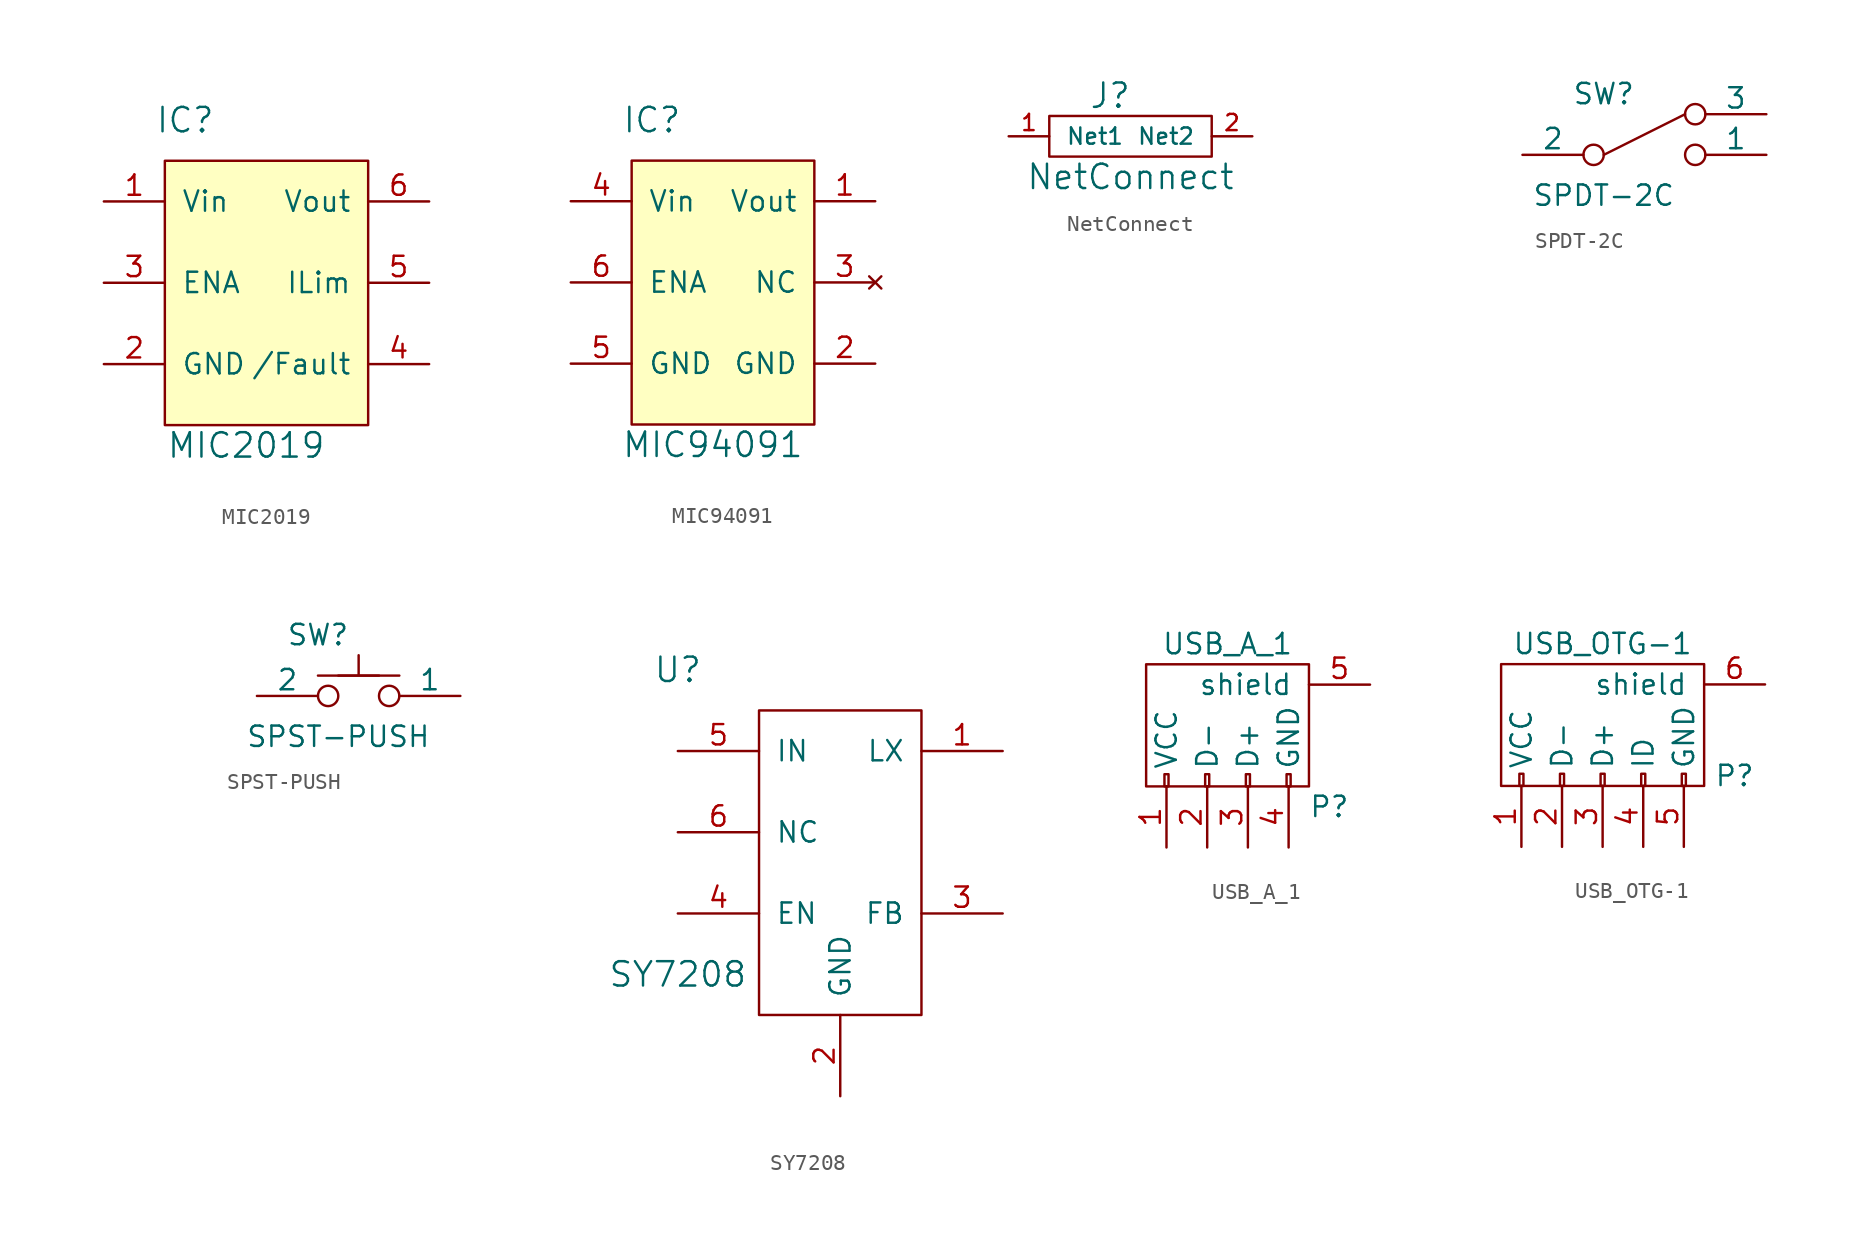
<source format=kicad_sym>
(kicad_symbol_lib
  (version 20201005)
  (generator kicad_symbol_editor)
  (symbol "MIC2019"
    (pin_names
      (offset 1.016))
    (property "Reference" "IC"
      (at -3.81 8.89 0)
      (effects (font (size 1.524 1.524))))
    (property "Value" "MIC2019"
      (at 0 -11.43 0)
      (effects (font (size 1.524 1.524))))
    (property "Footprint" ""
      (at 0 0 0)
      (effects (font (size 1.524 1.524))))
    (property "Datasheet" ""
      (at 0 0 0)
      (effects (font (size 1.524 1.524))))
    (symbol "MIC2019_0_1"
      (rectangle (start -5.08 6.35) (end 7.62 -10.16) (stroke (width 0)) (fill (type background))))
    (symbol "MIC2019_1_1"
      (pin input line (at -8.89 3.81 0) (length 3.81) (name "Vin" (effects (font (size 1.27 1.27)))) (number "1" (effects (font (size 1.27 1.27)))))
      (pin input line (at -8.89 -6.35 0) (length 3.81) (name "GND" (effects (font (size 1.27 1.27)))) (number "2" (effects (font (size 1.27 1.27)))))
      (pin input line (at -8.89 -1.27 0) (length 3.81) (name "ENA" (effects (font (size 1.27 1.27)))) (number "3" (effects (font (size 1.27 1.27)))))
      (pin output line (at 11.43 -6.35 180) (length 3.81) (name "/Fault" (effects (font (size 1.27 1.27)))) (number "4" (effects (font (size 1.27 1.27)))))
      (pin input line (at 11.43 -1.27 180) (length 3.81) (name "ILim" (effects (font (size 1.27 1.27)))) (number "5" (effects (font (size 1.27 1.27)))))
      (pin power_out line (at 11.43 3.81 180) (length 3.81) (name "Vout" (effects (font (size 1.27 1.27)))) (number "6" (effects (font (size 1.27 1.27)))))))
  (symbol "MIC94091"
    (pin_names
      (offset 1.016))
    (property "Reference" "IC"
      (at -3.81 8.89 0)
      (effects (font (size 1.524 1.524))))
    (property "Value" "MIC94091"
      (at 0 -11.43 0)
      (effects (font (size 1.524 1.524))))
    (property "Footprint" ""
      (at 0 0 0)
      (effects (font (size 1.524 1.524))))
    (property "Datasheet" ""
      (at 0 0 0)
      (effects (font (size 1.524 1.524))))
    (symbol "MIC94091_0_1"
      (rectangle (start -5.08 6.35) (end 6.35 -10.16) (stroke (width 0)) (fill (type background))))
    (symbol "MIC94091_1_1"
      (pin power_out line (at 10.16 3.81 180) (length 3.81) (name "Vout" (effects (font (size 1.27 1.27)))) (number "1" (effects (font (size 1.27 1.27)))))
      (pin input line (at 10.16 -6.35 180) (length 3.81) (name "GND" (effects (font (size 1.27 1.27)))) (number "2" (effects (font (size 1.27 1.27)))))
      (pin no_connect line (at 10.16 -1.27 180) (length 3.81) (name "NC" (effects (font (size 1.27 1.27)))) (number "3" (effects (font (size 1.27 1.27)))))
      (pin input line (at -8.89 3.81 0) (length 3.81) (name "Vin" (effects (font (size 1.27 1.27)))) (number "4" (effects (font (size 1.27 1.27)))))
      (pin input line (at -8.89 -6.35 0) (length 3.81) (name "GND" (effects (font (size 1.27 1.27)))) (number "5" (effects (font (size 1.27 1.27)))))
      (pin input line (at -8.89 -1.27 0) (length 3.81) (name "ENA" (effects (font (size 1.27 1.27)))) (number "6" (effects (font (size 1.27 1.27)))))))
  (symbol "NetConnect"
    (pin_names
      (offset 1.016))
    (property "Reference" "J"
      (at -1.27 2.54 0)
      (effects (font (size 1.524 1.524))))
    (property "Value" "NetConnect"
      (at 0 -2.54 0)
      (effects (font (size 1.524 1.524))))
    (symbol "NetConnect_0_1"
      (rectangle (start -5.08 1.27) (end 5.08 -1.27) (stroke (width 0)) (fill (type none))))
    (symbol "NetConnect_1_1"
      (pin input line (at -7.62 0 0) (length 2.54) (name "Net1" (effects (font (size 1.016 1.016)))) (number "1" (effects (font (size 1.016 1.016)))))
      (pin input line (at 7.62 0 180) (length 2.54) (name "Net2" (effects (font (size 1.016 1.016)))) (number "2" (effects (font (size 1.016 1.016)))))))
  (symbol "SPDT-2C"
    (pin_numbers hide)
    (pin_names
      (offset 0))
    (property "Reference" "SW"
      (at -2.54 3.81 0)
      (effects (font (size 1.27 1.27))))
    (property "Value" "SPDT-2C"
      (at -2.54 -2.54 0)
      (effects (font (size 1.27 1.27))))
    (property "Footprint" ""
      (at -15.875 4.445 0)
      (effects (font (size 1.27 1.27))))
    (property "Datasheet" ""
      (at -15.875 4.445 0)
      (effects (font (size 1.27 1.27))))
    (symbol "SPDT-2C_0_1"
      (circle (center -3.175 0) (radius 0.635) (stroke (width 0)) (fill (type none)))
      (circle (center 3.175 0) (radius 0.635) (stroke (width 0)) (fill (type none)))
      (circle (center 3.175 2.54) (radius 0.635) (stroke (width 0)) (fill (type none)))
      (polyline (pts (xy -2.54 0) (xy 2.54 2.54)) (stroke (width 0)) (fill (type none))))
    (symbol "SPDT-2C_1_1"
      (pin passive line (at 7.62 0 180) (length 3.81) (name "1" (effects (font (size 1.27 1.27)))) (number "1" (effects (font (size 1.27 1.27)))))
      (pin passive line (at -7.62 0 0) (length 3.81) (name "2" (effects (font (size 1.27 1.27)))) (number "2" (effects (font (size 1.27 1.27)))))
      (pin passive line (at 7.62 2.54 180) (length 3.81) (name "3" (effects (font (size 1.27 1.27)))) (number "3" (effects (font (size 1.27 1.27)))))))
  (symbol "SPST-PUSH"
    (pin_numbers hide)
    (pin_names
      (offset 0))
    (property "Reference" "SW"
      (at -2.54 3.81 0)
      (effects (font (size 1.27 1.27))))
    (property "Value" "SPST-PUSH"
      (at -1.27 -2.54 0)
      (effects (font (size 1.27 1.27))))
    (property "Footprint" ""
      (at -15.875 4.445 0)
      (effects (font (size 1.27 1.27))))
    (property "Datasheet" ""
      (at -15.875 4.445 0)
      (effects (font (size 1.27 1.27))))
    (symbol "SPST-PUSH_0_1"
      (circle (center -1.905 0) (radius 0.635) (stroke (width 0)) (fill (type none)))
      (circle (center 1.905 0) (radius 0.635) (stroke (width 0)) (fill (type none)))
      (polyline (pts (xy -1.27 1.27) (xy -2.54 1.27) (xy 1.27 1.27) (xy 2.54 1.27)) (stroke (width 0)) (fill (type none)))
      (polyline (pts (xy -1.27 1.27) (xy 1.27 1.27) (xy 0 1.27) (xy 0 2.54)) (stroke (width 0)) (fill (type none))))
    (symbol "SPST-PUSH_1_1"
      (pin passive line (at 6.35 0 180) (length 3.81) (name "1" (effects (font (size 1.27 1.27)))) (number "1" (effects (font (size 1.27 1.27)))))
      (pin passive line (at -6.35 0 0) (length 3.81) (name "2" (effects (font (size 1.27 1.27)))) (number "2" (effects (font (size 1.27 1.27)))))))
  (symbol "SY7208"
    (pin_names
      (offset 1.016))
    (property "Reference" "U"
      (at -10.16 5.08 0)
      (effects (font (size 1.524 1.524))))
    (property "Value" "SY7208"
      (at -10.16 -13.97 0)
      (effects (font (size 1.524 1.524))))
    (symbol "SY7208_0_1"
      (rectangle (start -5.08 2.54) (end 5.08 -16.51) (stroke (width 0)) (fill (type none))))
    (symbol "SY7208_1_1"
      (pin input line (at 10.16 0 180) (length 5.08) (name "LX" (effects (font (size 1.27 1.27)))) (number "1" (effects (font (size 1.27 1.27)))))
      (pin input line (at 0 -21.59 90) (length 5.08) (name "GND" (effects (font (size 1.27 1.27)))) (number "2" (effects (font (size 1.27 1.27)))))
      (pin input line (at 10.16 -10.16 180) (length 5.08) (name "FB" (effects (font (size 1.27 1.27)))) (number "3" (effects (font (size 1.27 1.27)))))
      (pin input line (at -10.16 -10.16 0) (length 5.08) (name "EN" (effects (font (size 1.27 1.27)))) (number "4" (effects (font (size 1.27 1.27)))))
      (pin input line (at -10.16 0 0) (length 5.08) (name "IN" (effects (font (size 1.27 1.27)))) (number "5" (effects (font (size 1.27 1.27)))))
      (pin input line (at -10.16 -5.08 0) (length 5.08) (name "NC" (effects (font (size 1.27 1.27)))) (number "6" (effects (font (size 1.27 1.27)))))))
  (symbol "USB_A_1"
    (pin_names
      (offset 1.016))
    (property "Reference" "P"
      (at 5.08 -5.08 0)
      (effects (font (size 1.27 1.27))))
    (property "Value" "USB_A_1"
      (at -1.27 5.08 0)
      (effects (font (size 1.27 1.27))))
    (property "Footprint" ""
      (at -1.27 -2.54 90)
      (effects (font (size 1.27 1.27))))
    (property "Datasheet" ""
      (at -1.27 -2.54 90)
      (effects (font (size 1.27 1.27))))
    (symbol "USB_A_1_0_1"
      (rectangle (start -6.35 -3.81) (end 3.81 3.81) (stroke (width 0)) (fill (type none)))
      (rectangle (start -5.207 -3.81) (end -4.953 -3.048) (stroke (width 0)) (fill (type none)))
      (rectangle (start -2.667 -3.81) (end -2.413 -3.048) (stroke (width 0)) (fill (type none)))
      (rectangle (start -0.127 -3.81) (end 0.127 -3.048) (stroke (width 0)) (fill (type none)))
      (rectangle (start 2.413 -3.81) (end 2.667 -3.048) (stroke (width 0)) (fill (type none))))
    (symbol "USB_A_1_1_1"
      (pin input line (at -5.08 -7.62 90) (length 3.81) (name "VCC" (effects (font (size 1.27 1.27)))) (number "1" (effects (font (size 1.27 1.27)))))
      (pin passive line (at -2.54 -7.62 90) (length 3.81) (name "D-" (effects (font (size 1.27 1.27)))) (number "2" (effects (font (size 1.27 1.27)))))
      (pin passive line (at 0 -7.62 90) (length 3.81) (name "D+" (effects (font (size 1.27 1.27)))) (number "3" (effects (font (size 1.27 1.27)))))
      (pin input line (at 2.54 -7.62 90) (length 3.81) (name "GND" (effects (font (size 1.27 1.27)))) (number "4" (effects (font (size 1.27 1.27)))))
      (pin passive line (at 7.62 2.54 180) (length 3.81) (name "shield" (effects (font (size 1.27 1.27)))) (number "5" (effects (font (size 1.27 1.27)))))))
  (symbol "USB_OTG-1"
    (pin_names
      (offset 1.016))
    (property "Reference" "P"
      (at 8.255 -3.175 0)
      (effects (font (size 1.27 1.27))))
    (property "Value" "USB_OTG-1"
      (at 0 5.08 0)
      (effects (font (size 1.27 1.27))))
    (property "Footprint" ""
      (at -1.27 -2.54 90)
      (effects (font (size 1.27 1.27))))
    (property "Datasheet" ""
      (at -1.27 -2.54 90)
      (effects (font (size 1.27 1.27))))
    (symbol "USB_OTG-1_0_1"
      (rectangle (start -6.35 -3.81) (end 6.35 3.81) (stroke (width 0)) (fill (type none)))
      (rectangle (start -5.207 -3.81) (end -4.953 -3.048) (stroke (width 0)) (fill (type none)))
      (rectangle (start -2.667 -3.81) (end -2.413 -3.048) (stroke (width 0)) (fill (type none)))
      (rectangle (start -0.127 -3.81) (end 0.127 -3.048) (stroke (width 0)) (fill (type none)))
      (rectangle (start 2.413 -3.81) (end 2.667 -3.048) (stroke (width 0)) (fill (type none)))
      (rectangle (start 4.953 -3.81) (end 5.207 -3.048) (stroke (width 0)) (fill (type none))))
    (symbol "USB_OTG-1_1_1"
      (pin power_out line (at -5.08 -7.62 90) (length 3.81) (name "VCC" (effects (font (size 1.27 1.27)))) (number "1" (effects (font (size 1.27 1.27)))))
      (pin passive line (at -2.54 -7.62 90) (length 3.81) (name "D-" (effects (font (size 1.27 1.27)))) (number "2" (effects (font (size 1.27 1.27)))))
      (pin passive line (at 0 -7.62 90) (length 3.81) (name "D+" (effects (font (size 1.27 1.27)))) (number "3" (effects (font (size 1.27 1.27)))))
      (pin power_in line (at 2.54 -7.62 90) (length 3.81) (name "ID" (effects (font (size 1.27 1.27)))) (number "4" (effects (font (size 1.27 1.27)))))
      (pin power_out line (at 5.08 -7.62 90) (length 3.81) (name "GND" (effects (font (size 1.27 1.27)))) (number "5" (effects (font (size 1.27 1.27)))))
      (pin passive line (at 10.16 2.54 180) (length 3.81) (name "shield" (effects (font (size 1.27 1.27)))) (number "6" (effects (font (size 1.27 1.27))))))))
</source>
